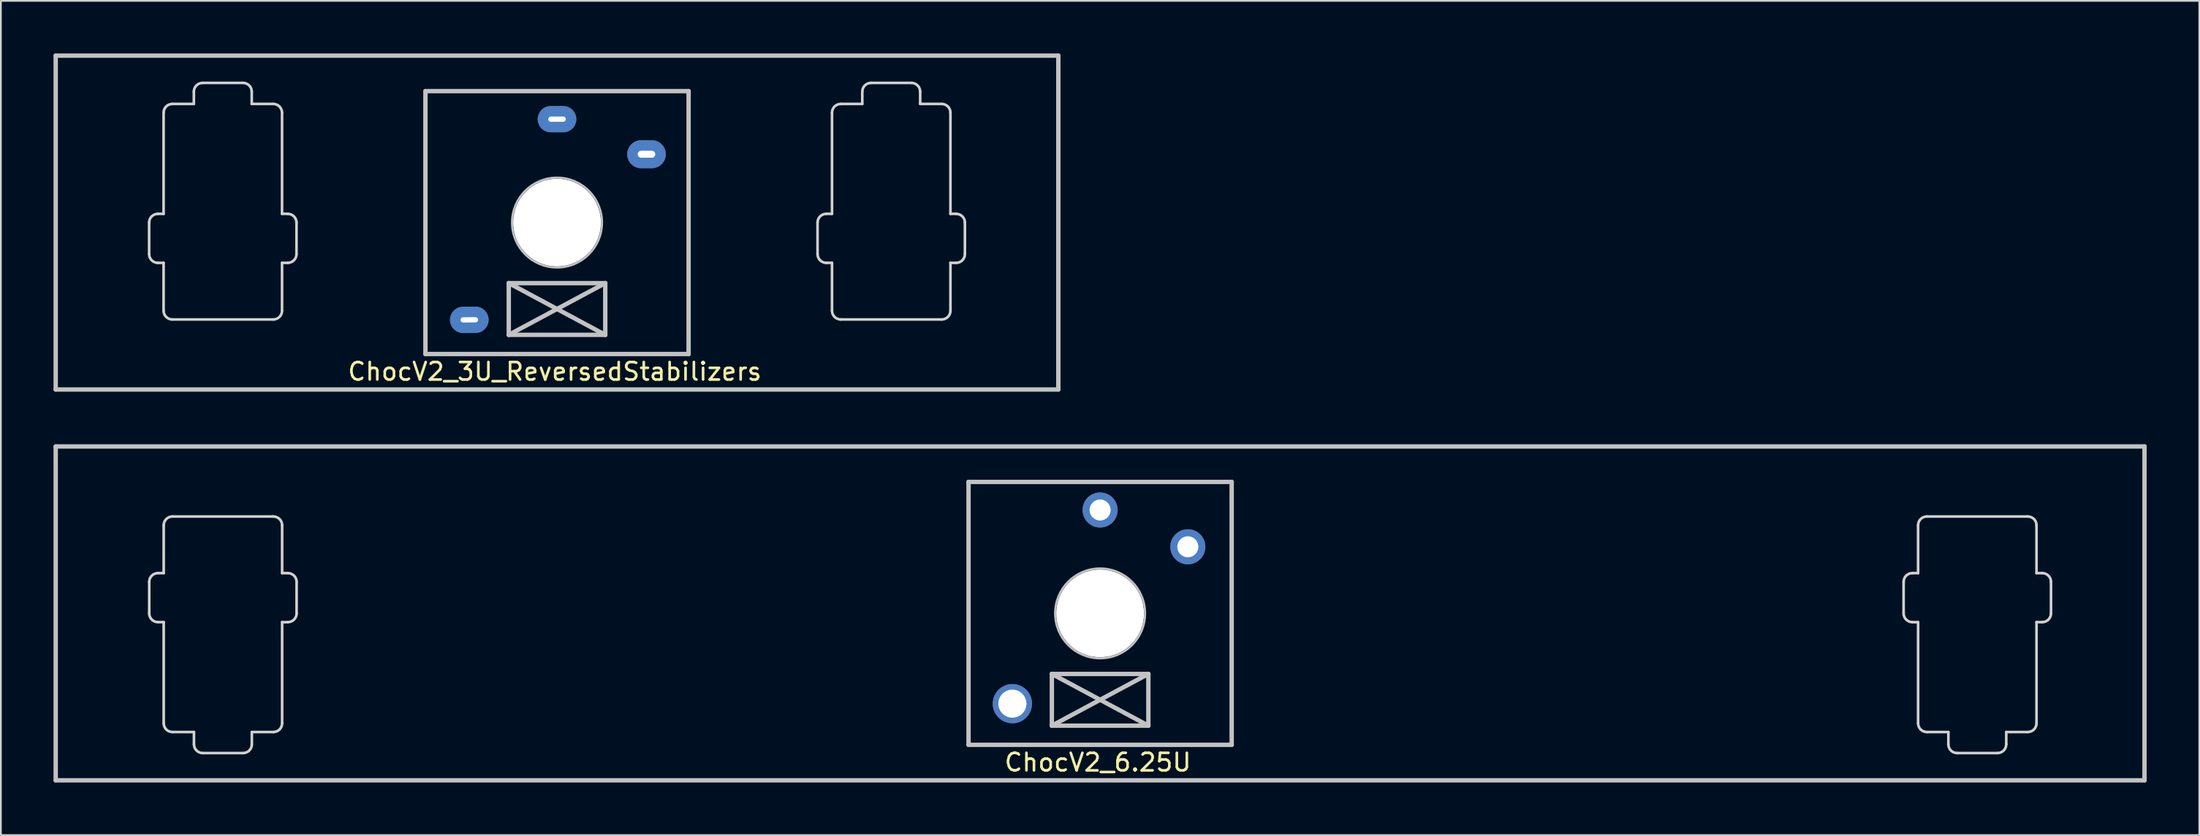
<source format=kicad_pcb>
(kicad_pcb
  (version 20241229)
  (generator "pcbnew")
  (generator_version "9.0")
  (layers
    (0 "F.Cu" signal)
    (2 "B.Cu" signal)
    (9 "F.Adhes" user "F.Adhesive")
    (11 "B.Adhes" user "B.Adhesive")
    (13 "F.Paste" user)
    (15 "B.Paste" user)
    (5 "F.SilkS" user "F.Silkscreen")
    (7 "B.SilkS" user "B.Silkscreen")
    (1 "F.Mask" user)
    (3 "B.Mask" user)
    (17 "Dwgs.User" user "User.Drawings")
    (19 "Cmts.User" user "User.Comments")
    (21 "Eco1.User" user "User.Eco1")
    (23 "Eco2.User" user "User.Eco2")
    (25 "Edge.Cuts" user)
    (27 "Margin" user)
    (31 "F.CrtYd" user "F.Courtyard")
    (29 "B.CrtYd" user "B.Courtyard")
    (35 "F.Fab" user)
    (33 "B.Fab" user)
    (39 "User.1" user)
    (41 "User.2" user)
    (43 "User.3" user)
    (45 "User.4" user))
  (footprint "ChocV2_3U_ReversedStabilizers"
    (layer "F.Cu")
    (at 28.7 9.65)
    (property "Reference" "ChocV2_3U_ReversedStabilizers" (at -0.127 8.5 0) (layer "F.SilkS") (effects (font (size 1 1) (thickness 0.15))))
    (attr through_hole)
    (fp_line (start -28.575 9.525) (end -28.575 -9.525) (stroke (width 0.25) (type solid)) (layer "Dwgs.User"))
    (fp_line (start -28.575 9.525) (end 28.575 9.525) (stroke (width 0.25) (type solid)) (layer "Dwgs.User"))
    (fp_line (start -7.5 -7.5) (end 7.5 -7.5) (stroke (width 0.25) (type solid)) (layer "Dwgs.User"))
    (fp_line (start -7.5 7.5) (end -7.5 -7.5) (stroke (width 0.25) (type solid)) (layer "Dwgs.User"))
    (fp_line (start -2.75 3.455) (end -2.75 6.405) (stroke (width 0.25) (type solid)) (layer "Dwgs.User"))
    (fp_line (start -2.75 3.455) (end 2.75 6.405) (stroke (width 0.25) (type solid)) (layer "Dwgs.User"))
    (fp_line (start -2.75 6.405) (end 2.75 3.455) (stroke (width 0.25) (type solid)) (layer "Dwgs.User"))
    (fp_line (start -2.75 6.405) (end 2.75 6.405) (stroke (width 0.25) (type solid)) (layer "Dwgs.User"))
    (fp_line (start 2.75 3.455) (end -2.75 3.455) (stroke (width 0.25) (type solid)) (layer "Dwgs.User"))
    (fp_line (start 2.75 6.405) (end 2.75 3.455) (stroke (width 0.25) (type solid)) (layer "Dwgs.User"))
    (fp_line (start 7.5 -7.5) (end 7.5 7.5) (stroke (width 0.25) (type solid)) (layer "Dwgs.User"))
    (fp_line (start 7.5 7.5) (end -7.5 7.5) (stroke (width 0.25) (type solid)) (layer "Dwgs.User"))
    (fp_line (start 28.575 -9.525) (end -28.575 -9.525) (stroke (width 0.25) (type solid)) (layer "Dwgs.User"))
    (fp_line (start 28.575 -9.525) (end 28.575 9.525) (stroke (width 0.25) (type solid)) (layer "Dwgs.User"))
    (fp_circle (center 0 0) (end -0.711 -2.464) (stroke (width 0.12) (type solid)) (fill no) (layer "Dwgs.User"))
    (fp_line (start -23.25 1.799) (end -23.25 0.000469) (stroke (width 0.15) (type solid)) (layer "Edge.Cuts"))
    (fp_line (start -22.75 -0.5) (end -22.425 -0.5) (stroke (width 0.15) (type solid)) (layer "Edge.Cuts"))
    (fp_line (start -22.425 -0.5) (end -22.425 -6.27) (stroke (width 0.15) (type solid)) (layer "Edge.Cuts"))
    (fp_line (start -22.425 2.299) (end -22.75 2.299) (stroke (width 0.15) (type solid)) (layer "Edge.Cuts"))
    (fp_line (start -22.425 5.029) (end -22.425 2.299) (stroke (width 0.15) (type solid)) (layer "Edge.Cuts"))
    (fp_line (start -21.925 -6.77) (end -20.7 -6.77) (stroke (width 0.15) (type solid)) (layer "Edge.Cuts"))
    (fp_line (start -20.7 -6.77) (end -20.7 -7.47) (stroke (width 0.15) (type solid)) (layer "Edge.Cuts"))
    (fp_line (start -20.2 -7.97) (end -17.9 -7.97) (stroke (width 0.15) (type solid)) (layer "Edge.Cuts"))
    (fp_line (start -17.4 -6.77) (end -17.4 -7.47) (stroke (width 0.15) (type solid)) (layer "Edge.Cuts"))
    (fp_line (start -16.174 -6.77) (end -17.4 -6.77) (stroke (width 0.15) (type solid)) (layer "Edge.Cuts"))
    (fp_line (start -16.174 5.529) (end -21.925 5.529) (stroke (width 0.15) (type solid)) (layer "Edge.Cuts"))
    (fp_line (start -15.674 -0.5) (end -15.674 -6.27) (stroke (width 0.15) (type solid)) (layer "Edge.Cuts"))
    (fp_line (start -15.674 2.299) (end -15.35 2.299) (stroke (width 0.15) (type solid)) (layer "Edge.Cuts"))
    (fp_line (start -15.674 5.029) (end -15.674 2.299) (stroke (width 0.15) (type solid)) (layer "Edge.Cuts"))
    (fp_line (start -15.35 -0.5) (end -15.674 -0.5) (stroke (width 0.15) (type solid)) (layer "Edge.Cuts"))
    (fp_line (start -14.85 1.799) (end -14.85 0.000469) (stroke (width 0.15) (type solid)) (layer "Edge.Cuts"))
    (fp_line (start 14.85 1.799) (end 14.85 0.000469) (stroke (width 0.15) (type solid)) (layer "Edge.Cuts"))
    (fp_line (start 15.35 -0.5) (end 15.674 -0.5) (stroke (width 0.15) (type solid)) (layer "Edge.Cuts"))
    (fp_line (start 15.674 -0.5) (end 15.674 -6.27) (stroke (width 0.15) (type solid)) (layer "Edge.Cuts"))
    (fp_line (start 15.674 2.299) (end 15.35 2.299) (stroke (width 0.15) (type solid)) (layer "Edge.Cuts"))
    (fp_line (start 15.674 5.029) (end 15.674 2.299) (stroke (width 0.15) (type solid)) (layer "Edge.Cuts"))
    (fp_line (start 16.174 -6.77) (end 17.4 -6.77) (stroke (width 0.15) (type solid)) (layer "Edge.Cuts"))
    (fp_line (start 16.174 5.529) (end 21.925 5.529) (stroke (width 0.15) (type solid)) (layer "Edge.Cuts"))
    (fp_line (start 17.4 -6.77) (end 17.4 -7.47) (stroke (width 0.15) (type solid)) (layer "Edge.Cuts"))
    (fp_line (start 20.2 -7.97) (end 17.9 -7.97) (stroke (width 0.15) (type solid)) (layer "Edge.Cuts"))
    (fp_line (start 20.7 -6.77) (end 20.7 -7.47) (stroke (width 0.15) (type solid)) (layer "Edge.Cuts"))
    (fp_line (start 21.925 -6.77) (end 20.7 -6.77) (stroke (width 0.15) (type solid)) (layer "Edge.Cuts"))
    (fp_line (start 22.425 -0.5) (end 22.425 -6.27) (stroke (width 0.15) (type solid)) (layer "Edge.Cuts"))
    (fp_line (start 22.425 2.299) (end 22.75 2.299) (stroke (width 0.15) (type solid)) (layer "Edge.Cuts"))
    (fp_line (start 22.425 5.029) (end 22.425 2.299) (stroke (width 0.15) (type solid)) (layer "Edge.Cuts"))
    (fp_line (start 22.75 -0.5) (end 22.425 -0.5) (stroke (width 0.15) (type solid)) (layer "Edge.Cuts"))
    (fp_line (start 23.25 1.799) (end 23.25 0.000469) (stroke (width 0.15) (type solid)) (layer "Edge.Cuts"))
    (fp_arc (start -23.249519 0.000469) (mid -23.103073 -0.353084) (end -22.74952 -0.49953) (stroke (width 0.15) (type solid)) (layer "Edge.Cuts"))
    (fp_arc (start -22.74952 2.29923) (mid -23.103073 2.152783) (end -23.24952 1.79923) (stroke (width 0.15) (type solid)) (layer "Edge.Cuts"))
    (fp_arc (start -22.42547 -6.2696) (mid -22.279023 -6.623153) (end -21.92547 -6.7696) (stroke (width 0.15) (type solid)) (layer "Edge.Cuts"))
    (fp_arc (start -21.92547 5.52943) (mid -22.279023 5.382983) (end -22.42547 5.02943) (stroke (width 0.15) (type solid)) (layer "Edge.Cuts"))
    (fp_arc (start -20.70017 -7.46987) (mid -20.553723 -7.823423) (end -20.20017 -7.96987) (stroke (width 0.15) (type solid)) (layer "Edge.Cuts"))
    (fp_arc (start -17.89975 -7.96987) (mid -17.546197 -7.823423) (end -17.39975 -7.46987) (stroke (width 0.15) (type solid)) (layer "Edge.Cuts"))
    (fp_arc (start -16.17445 -6.7696) (mid -15.820897 -6.623153) (end -15.67445 -6.2696) (stroke (width 0.15) (type solid)) (layer "Edge.Cuts"))
    (fp_arc (start -15.674451 5.02943) (mid -15.820897 5.382983) (end -16.17445 5.529429) (stroke (width 0.15) (type solid)) (layer "Edge.Cuts"))
    (fp_arc (start -15.3504 -0.499531) (mid -14.996847 -0.353084) (end -14.8504 0.000469) (stroke (width 0.15) (type solid)) (layer "Edge.Cuts"))
    (fp_arc (start -14.8504 1.79923) (mid -14.996847 2.152783) (end -15.3504 2.29923) (stroke (width 0.15) (type solid)) (layer "Edge.Cuts"))
    (fp_arc (start 14.850401 0.000469) (mid 14.996847 -0.353084) (end 15.3504 -0.49953) (stroke (width 0.15) (type solid)) (layer "Edge.Cuts"))
    (fp_arc (start 15.3504 2.29923) (mid 14.996847 2.152783) (end 14.8504 1.79923) (stroke (width 0.15) (type solid)) (layer "Edge.Cuts"))
    (fp_arc (start 15.67445 -6.2696) (mid 15.820897 -6.623153) (end 16.17445 -6.7696) (stroke (width 0.15) (type solid)) (layer "Edge.Cuts"))
    (fp_arc (start 16.17445 5.52943) (mid 15.820897 5.382983) (end 15.67445 5.02943) (stroke (width 0.15) (type solid)) (layer "Edge.Cuts"))
    (fp_arc (start 17.39975 -7.46987) (mid 17.546197 -7.823423) (end 17.89975 -7.96987) (stroke (width 0.15) (type solid)) (layer "Edge.Cuts"))
    (fp_arc (start 20.20017 -7.96987) (mid 20.553723 -7.823423) (end 20.70017 -7.46987) (stroke (width 0.15) (type solid)) (layer "Edge.Cuts"))
    (fp_arc (start 21.92547 -6.7696) (mid 22.279023 -6.623153) (end 22.42547 -6.2696) (stroke (width 0.15) (type solid)) (layer "Edge.Cuts"))
    (fp_arc (start 22.425469 5.02943) (mid 22.279023 5.382983) (end 21.92547 5.529429) (stroke (width 0.15) (type solid)) (layer "Edge.Cuts"))
    (fp_arc (start 22.74952 -0.499531) (mid 23.103073 -0.353084) (end 23.24952 0.000469) (stroke (width 0.15) (type solid)) (layer "Edge.Cuts"))
    (fp_arc (start 23.24952 1.79923) (mid 23.103073 2.152783) (end 22.74952 2.29923) (stroke (width 0.15) (type solid)) (layer "Edge.Cuts"))
    (pad "" np_thru_hole circle (at 0 0 90) (size 5 5) (drill 5) (layers "*.Cu" "*.Mask"))
    (pad "1" thru_hole oval (at 5.1 -3.9 180) (size 2.2 1.6) (drill oval 1 0.4) (layers "*.Cu" "B.Mask"))
    (pad "2" thru_hole oval (at 0 -5.9 180) (size 2.2 1.5) (drill oval 1 0.3) (layers "*.Cu" "B.Mask"))
    (pad "NC" thru_hole oval (at -5 5.55 180.5) (size 2.2 1.5) (drill oval 1 0.3) (layers "*.Cu" "B.Mask")))
  (footprint "ChocV2_6.25U"
    (layer "F.Cu")
    (at 59.656 31.95)
    (property "Reference" "ChocV2_6.25U" (at -0.127 8.5 0) (layer "F.SilkS") (effects (font (size 1 1) (thickness 0.15))))
    (attr through_hole)
    (fp_line (start -59.531 9.525) (end -59.531 -9.525) (stroke (width 0.25) (type solid)) (layer "Dwgs.User"))
    (fp_line (start -59.531 9.525) (end 59.531 9.525) (stroke (width 0.25) (type solid)) (layer "Dwgs.User"))
    (fp_line (start -7.5 -7.5) (end 7.5 -7.5) (stroke (width 0.25) (type solid)) (layer "Dwgs.User"))
    (fp_line (start -7.5 7.5) (end -7.5 -7.5) (stroke (width 0.25) (type solid)) (layer "Dwgs.User"))
    (fp_line (start -2.75 3.455) (end -2.75 6.405) (stroke (width 0.25) (type solid)) (layer "Dwgs.User"))
    (fp_line (start -2.75 3.455) (end 2.75 6.405) (stroke (width 0.25) (type solid)) (layer "Dwgs.User"))
    (fp_line (start -2.75 6.405) (end 2.75 3.455) (stroke (width 0.25) (type solid)) (layer "Dwgs.User"))
    (fp_line (start -2.75 6.405) (end 2.75 6.405) (stroke (width 0.25) (type solid)) (layer "Dwgs.User"))
    (fp_line (start 2.75 3.455) (end -2.75 3.455) (stroke (width 0.25) (type solid)) (layer "Dwgs.User"))
    (fp_line (start 2.75 6.405) (end 2.75 3.455) (stroke (width 0.25) (type solid)) (layer "Dwgs.User"))
    (fp_line (start 7.5 -7.5) (end 7.5 7.5) (stroke (width 0.25) (type solid)) (layer "Dwgs.User"))
    (fp_line (start 7.5 7.5) (end -7.5 7.5) (stroke (width 0.25) (type solid)) (layer "Dwgs.User"))
    (fp_line (start 59.531 -9.525) (end -59.531 -9.525) (stroke (width 0.25) (type solid)) (layer "Dwgs.User"))
    (fp_line (start 59.531 -9.525) (end 59.531 9.525) (stroke (width 0.25) (type solid)) (layer "Dwgs.User"))
    (fp_circle (center 0 0) (end -0.711 -2.464) (stroke (width 0.12) (type solid)) (fill no) (layer "Dwgs.User"))
    (fp_line (start -54.2 -1.799) (end -54.2 -0.001) (stroke (width 0.15) (type solid)) (layer "Edge.Cuts"))
    (fp_line (start -53.7 0.499) (end -53.375 0.499) (stroke (width 0.15) (type solid)) (layer "Edge.Cuts"))
    (fp_line (start -53.375 -5.029) (end -53.375 -2.299) (stroke (width 0.15) (type solid)) (layer "Edge.Cuts"))
    (fp_line (start -53.375 -2.299) (end -53.7 -2.299) (stroke (width 0.15) (type solid)) (layer "Edge.Cuts"))
    (fp_line (start -53.375 0.499) (end -53.375 6.269) (stroke (width 0.15) (type solid)) (layer "Edge.Cuts"))
    (fp_line (start -52.875 6.769) (end -51.65 6.769) (stroke (width 0.15) (type solid)) (layer "Edge.Cuts"))
    (fp_line (start -51.65 6.769) (end -51.65 7.47) (stroke (width 0.15) (type solid)) (layer "Edge.Cuts"))
    (fp_line (start -48.851 7.97) (end -51.15 7.97) (stroke (width 0.15) (type solid)) (layer "Edge.Cuts"))
    (fp_line (start -48.351 6.77) (end -48.351 7.47) (stroke (width 0.15) (type solid)) (layer "Edge.Cuts"))
    (fp_line (start -47.125 6.77) (end -48.351 6.77) (stroke (width 0.15) (type solid)) (layer "Edge.Cuts"))
    (fp_line (start -47.125 -5.529) (end -52.875 -5.529) (stroke (width 0.15) (type solid)) (layer "Edge.Cuts"))
    (fp_line (start -46.625 0.5) (end -46.625 6.27) (stroke (width 0.15) (type solid)) (layer "Edge.Cuts"))
    (fp_line (start -46.625 -2.299) (end -46.3 -2.299) (stroke (width 0.15) (type solid)) (layer "Edge.Cuts"))
    (fp_line (start -46.625 -5.029) (end -46.625 -2.299) (stroke (width 0.15) (type solid)) (layer "Edge.Cuts"))
    (fp_line (start -46.3 0.5) (end -46.625 0.5) (stroke (width 0.15) (type solid)) (layer "Edge.Cuts"))
    (fp_line (start -45.8 -1.799) (end -45.8 -0.000496) (stroke (width 0.15) (type solid)) (layer "Edge.Cuts"))
    (fp_line (start 45.8 -1.799) (end 45.8 -0.000496) (stroke (width 0.15) (type solid)) (layer "Edge.Cuts"))
    (fp_line (start 46.3 0.5) (end 46.625 0.5) (stroke (width 0.15) (type solid)) (layer "Edge.Cuts"))
    (fp_line (start 46.625 -5.029) (end 46.625 -2.299) (stroke (width 0.15) (type solid)) (layer "Edge.Cuts"))
    (fp_line (start 46.625 -2.299) (end 46.3 -2.299) (stroke (width 0.15) (type solid)) (layer "Edge.Cuts"))
    (fp_line (start 46.625 0.5) (end 46.625 6.27) (stroke (width 0.15) (type solid)) (layer "Edge.Cuts"))
    (fp_line (start 47.125 -5.529) (end 52.875 -5.529) (stroke (width 0.15) (type solid)) (layer "Edge.Cuts"))
    (fp_line (start 47.125 6.77) (end 48.351 6.77) (stroke (width 0.15) (type solid)) (layer "Edge.Cuts"))
    (fp_line (start 48.351 6.77) (end 48.351 7.47) (stroke (width 0.15) (type solid)) (layer "Edge.Cuts"))
    (fp_line (start 48.851 7.97) (end 51.15 7.97) (stroke (width 0.15) (type solid)) (layer "Edge.Cuts"))
    (fp_line (start 51.65 6.769) (end 51.65 7.47) (stroke (width 0.15) (type solid)) (layer "Edge.Cuts"))
    (fp_line (start 52.875 6.769) (end 51.65 6.769) (stroke (width 0.15) (type solid)) (layer "Edge.Cuts"))
    (fp_line (start 53.375 -5.029) (end 53.375 -2.299) (stroke (width 0.15) (type solid)) (layer "Edge.Cuts"))
    (fp_line (start 53.375 -2.299) (end 53.7 -2.299) (stroke (width 0.15) (type solid)) (layer "Edge.Cuts"))
    (fp_line (start 53.375 0.499) (end 53.375 6.269) (stroke (width 0.15) (type solid)) (layer "Edge.Cuts"))
    (fp_line (start 53.7 0.499) (end 53.375 0.499) (stroke (width 0.15) (type solid)) (layer "Edge.Cuts"))
    (fp_line (start 54.2 -1.799) (end 54.2 -0.001) (stroke (width 0.15) (type solid)) (layer "Edge.Cuts"))
    (fp_arc (start -54.20032 -1.7993) (mid -54.053873 -2.152853) (end -53.70032 -2.2993) (stroke (width 0.15) (type solid)) (layer "Edge.Cuts"))
    (fp_arc (start -53.70032 0.499501) (mid -54.053873 0.353054) (end -54.20032 -0.000499) (stroke (width 0.15) (type solid)) (layer "Edge.Cuts"))
    (fp_arc (start -53.374851 -5.029499) (mid -53.228404 -5.383053) (end -52.87485 -5.5295) (stroke (width 0.15) (type solid)) (layer "Edge.Cuts"))
    (fp_arc (start -52.87485 6.769499) (mid -53.228403 6.623052) (end -53.37485 6.269499) (stroke (width 0.15) (type solid)) (layer "Edge.Cuts"))
    (fp_arc (start -51.14956 7.969799) (mid -51.503113 7.823352) (end -51.64956 7.469799) (stroke (width 0.15) (type solid)) (layer "Edge.Cuts"))
    (fp_arc (start -48.350549 7.469801) (mid -48.496996 7.823354) (end -48.85055 7.9698) (stroke (width 0.15) (type solid)) (layer "Edge.Cuts"))
    (fp_arc (start -47.12525 -5.529497) (mid -46.771697 -5.38305) (end -46.62525 -5.029497) (stroke (width 0.15) (type solid)) (layer "Edge.Cuts"))
    (fp_arc (start -46.625258 6.269503) (mid -46.771705 6.623056) (end -47.125259 6.769502) (stroke (width 0.15) (type solid)) (layer "Edge.Cuts"))
    (fp_arc (start -46.299781 -2.299297) (mid -45.946228 -2.15285) (end -45.799782 -1.799296) (stroke (width 0.15) (type solid)) (layer "Edge.Cuts"))
    (fp_arc (start -45.799785 -0.000497) (mid -45.946231 0.353056) (end -46.299784 0.499502) (stroke (width 0.15) (type solid)) (layer "Edge.Cuts"))
    (fp_arc (start 45.799782 -1.799297) (mid 45.946229 -2.15285) (end 46.299782 -2.299297) (stroke (width 0.15) (type solid)) (layer "Edge.Cuts"))
    (fp_arc (start 46.299785 0.499503) (mid 45.946231 0.353057) (end 45.799784 -0.000496) (stroke (width 0.15) (type solid)) (layer "Edge.Cuts"))
    (fp_arc (start 46.62525 -5.029497) (mid 46.771697 -5.38305) (end 47.12525 -5.529497) (stroke (width 0.15) (type solid)) (layer "Edge.Cuts"))
    (fp_arc (start 47.125258 6.769502) (mid 46.771705 6.623055) (end 46.625258 6.269502) (stroke (width 0.15) (type solid)) (layer "Edge.Cuts"))
    (fp_arc (start 48.85055 7.9698) (mid 48.496996 7.823354) (end 48.350549 7.469801) (stroke (width 0.15) (type solid)) (layer "Edge.Cuts"))
    (fp_arc (start 51.64956 7.469799) (mid 51.503113 7.823352) (end 51.14956 7.969799) (stroke (width 0.15) (type solid)) (layer "Edge.Cuts"))
    (fp_arc (start 52.87485 -5.529499) (mid 53.228403 -5.383052) (end 53.37485 -5.029499) (stroke (width 0.15) (type solid)) (layer "Edge.Cuts"))
    (fp_arc (start 53.37485 6.269499) (mid 53.228403 6.623052) (end 52.87485 6.769499) (stroke (width 0.15) (type solid)) (layer "Edge.Cuts"))
    (fp_arc (start 53.70032 -2.2993) (mid 54.053873 -2.152853) (end 54.20032 -1.7993) (stroke (width 0.15) (type solid)) (layer "Edge.Cuts"))
    (fp_arc (start 54.200318 -0.000499) (mid 54.053872 0.353053) (end 53.70032 0.499499) (stroke (width 0.15) (type solid)) (layer "Edge.Cuts"))
    (pad "" np_thru_hole circle (at 0 0 90) (size 5 5) (drill 5) (layers "*.Cu" "*.Mask"))
    (pad "1" thru_hole circle (at 5 -3.8 90) (size 2 2) (drill 1.2) (layers "*.Cu" "*.Mask"))
    (pad "2" thru_hole circle (at 0 -5.9 90) (size 2 2) (drill 1.2) (layers "*.Cu" "*.Mask"))
    (pad "NC" thru_hole circle (at -5 5.15 90) (size 2.24 2.24) (drill 1.6) (layers "*.Cu" "*.Mask")))
  (gr_rect
    (start -3 -3)
    (end 122.312 44.6)
    (stroke (width 0.1) (type default))
    (fill no)
    (layer "Edge.Cuts")))
</source>
